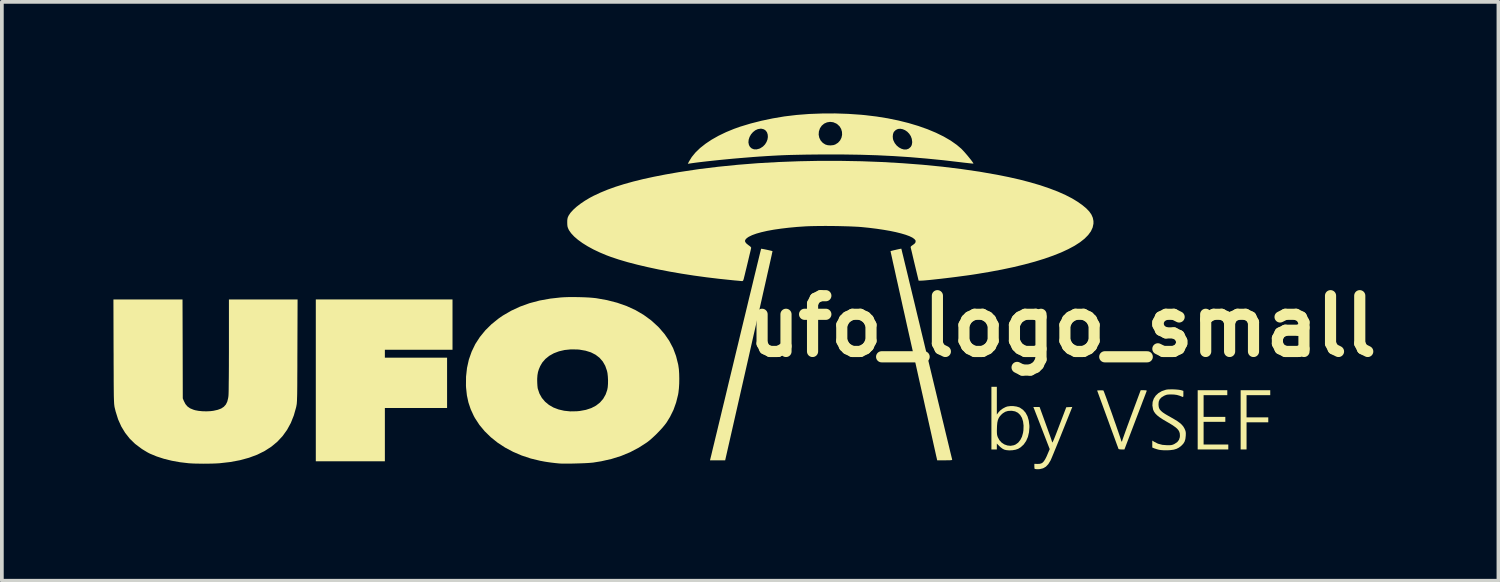
<source format=kicad_pcb>
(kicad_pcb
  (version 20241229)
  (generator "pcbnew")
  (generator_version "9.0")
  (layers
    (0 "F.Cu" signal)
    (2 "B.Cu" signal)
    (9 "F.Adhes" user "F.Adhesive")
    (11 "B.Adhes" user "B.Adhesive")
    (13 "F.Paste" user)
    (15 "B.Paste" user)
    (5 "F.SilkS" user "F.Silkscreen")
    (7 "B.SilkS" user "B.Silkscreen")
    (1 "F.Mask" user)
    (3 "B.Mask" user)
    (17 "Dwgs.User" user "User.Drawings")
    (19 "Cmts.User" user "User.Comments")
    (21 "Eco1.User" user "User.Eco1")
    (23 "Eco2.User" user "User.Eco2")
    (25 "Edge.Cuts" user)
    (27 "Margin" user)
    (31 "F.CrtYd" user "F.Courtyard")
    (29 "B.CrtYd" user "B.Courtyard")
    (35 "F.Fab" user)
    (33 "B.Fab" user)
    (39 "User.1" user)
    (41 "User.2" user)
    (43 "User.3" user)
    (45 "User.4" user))
  (footprint "ufo_logo_small"
    (layer "F.Cu")
    (at 15.514 4.723)
    (property "Reference" "ufo_logo_small" (at 10 1 0) (layer "F.SilkS") (effects (font (size 1.5 1.5) (thickness 0.3))))
    (attr board_only exclude_from_pos_files exclude_from_bom)
    (fp_poly (pts (xy -6.396 0.955) (xy -6.396 1.632) (xy -7.305 1.632) (xy -8.215 1.632) (xy -8.215 1.738) (xy -8.215 1.845) (xy -7.378 1.845) (xy -6.542 1.845) (xy -6.542 2.521) (xy -6.542 3.198) (xy -7.378 3.198) (xy -8.215 3.198) (xy -8.215 3.915) (xy -8.215 4.631) (xy -9.143 4.631) (xy -10.072 4.631) (xy -10.072 2.455) (xy -10.072 0.279) (xy -8.234 0.279) (xy -6.396 0.279)) (stroke (width 0) (type solid)) (fill yes) (layer "F.SilkS"))
    (fp_poly (pts (xy 15.593 2.787) (xy 15.593 2.853) (xy 15.275 2.853) (xy 14.956 2.853) (xy 14.956 3.152) (xy 14.956 3.45) (xy 15.248 3.45) (xy 15.54 3.45) (xy 15.54 3.517) (xy 15.54 3.583) (xy 15.248 3.583) (xy 14.956 3.583) (xy 14.956 3.948) (xy 14.956 4.313) (xy 14.876 4.313) (xy 14.797 4.313) (xy 14.797 3.517) (xy 14.797 2.72) (xy 15.195 2.72) (xy 15.593 2.72)) (stroke (width 0) (type solid)) (fill yes) (layer "F.SilkS"))
    (fp_poly (pts (xy 14.438 2.787) (xy 14.438 2.853) (xy 14.12 2.853) (xy 13.801 2.853) (xy 13.801 3.145) (xy 13.801 3.437) (xy 14.093 3.437) (xy 14.385 3.437) (xy 14.385 3.503) (xy 14.385 3.57) (xy 14.093 3.57) (xy 13.801 3.57) (xy 13.801 3.875) (xy 13.801 4.18) (xy 14.133 4.18) (xy 14.465 4.18) (xy 14.465 4.247) (xy 14.465 4.313) (xy 14.054 4.313) (xy 13.642 4.313) (xy 13.642 3.517) (xy 13.642 2.72) (xy 14.04 2.72) (xy 14.438 2.72)) (stroke (width 0) (type solid)) (fill yes) (layer "F.SilkS"))
    (fp_poly (pts (xy 9.994 3.858) (xy 9.942 3.988) (xy 9.891 4.113) (xy 9.844 4.229) (xy 9.8 4.336) (xy 9.762 4.429) (xy 9.73 4.506) (xy 9.705 4.565) (xy 9.688 4.604) (xy 9.682 4.615) (xy 9.625 4.708) (xy 9.56 4.776) (xy 9.484 4.82) (xy 9.398 4.841) (xy 9.354 4.844) (xy 9.308 4.843) (xy 9.274 4.839) (xy 9.258 4.835) (xy 9.253 4.817) (xy 9.25 4.783) (xy 9.25 4.763) (xy 9.25 4.7) (xy 9.335 4.702) (xy 9.389 4.7) (xy 9.434 4.689) (xy 9.472 4.667) (xy 9.507 4.629) (xy 9.542 4.574) (xy 9.58 4.499) (xy 9.607 4.435) (xy 9.663 4.304) (xy 9.47 3.806) (xy 9.427 3.694) (xy 9.386 3.588) (xy 9.348 3.49) (xy 9.314 3.403) (xy 9.286 3.332) (xy 9.265 3.277) (xy 9.252 3.244) (xy 9.25 3.239) (xy 9.223 3.172) (xy 9.307 3.172) (xy 9.391 3.172) (xy 9.559 3.635) (xy 9.597 3.74) (xy 9.632 3.838) (xy 9.664 3.925) (xy 9.69 3.999) (xy 9.71 4.057) (xy 9.722 4.095) (xy 9.727 4.112) (xy 9.727 4.112) (xy 9.729 4.125) (xy 9.734 4.124) (xy 9.744 4.109) (xy 9.759 4.079) (xy 9.78 4.031) (xy 9.807 3.964) (xy 9.841 3.877) (xy 9.883 3.768) (xy 9.927 3.652) (xy 10.108 3.178) (xy 10.189 3.174) (xy 10.27 3.17)) (stroke (width 0) (type solid)) (fill yes) (layer "F.SilkS"))
    (fp_poly (pts (xy 1.916 -1.083) (xy 1.949 -1.078) (xy 1.996 -1.069) (xy 2.049 -1.058) (xy 2.104 -1.046) (xy 2.152 -1.035) (xy 2.189 -1.026) (xy 2.208 -1.02) (xy 2.209 -1.02) (xy 2.206 -1.006) (xy 2.198 -0.969) (xy 2.185 -0.907) (xy 2.166 -0.823) (xy 2.143 -0.719) (xy 2.115 -0.594) (xy 2.082 -0.45) (xy 2.046 -0.289) (xy 2.006 -0.111) (xy 1.962 0.082) (xy 1.916 0.289) (xy 1.866 0.51) (xy 1.813 0.741) (xy 1.759 0.984) (xy 1.701 1.236) (xy 1.642 1.496) (xy 1.582 1.763) (xy 1.575 1.795) (xy 0.936 4.605) (xy 0.732 4.605) (xy 0.528 4.605) (xy 0.537 4.568) (xy 0.541 4.552) (xy 0.551 4.511) (xy 0.567 4.447) (xy 0.587 4.361) (xy 0.613 4.253) (xy 0.644 4.126) (xy 0.679 3.98) (xy 0.719 3.816) (xy 0.762 3.636) (xy 0.809 3.442) (xy 0.859 3.233) (xy 0.913 3.012) (xy 0.969 2.779) (xy 1.027 2.535) (xy 1.088 2.283) (xy 1.151 2.023) (xy 1.215 1.756) (xy 1.222 1.726) (xy 1.287 1.459) (xy 1.349 1.199) (xy 1.41 0.946) (xy 1.469 0.703) (xy 1.525 0.471) (xy 1.578 0.249) (xy 1.629 0.041) (xy 1.676 -0.153) (xy 1.719 -0.333) (xy 1.759 -0.496) (xy 1.794 -0.642) (xy 1.825 -0.769) (xy 1.851 -0.876) (xy 1.872 -0.962) (xy 1.888 -1.026) (xy 1.898 -1.067) (xy 1.902 -1.084) (xy 1.902 -1.084)) (stroke (width 0) (type solid)) (fill yes) (layer "F.SilkS"))
    (fp_poly (pts (xy 12.242 2.722) (xy 12.267 2.727) (xy 12.272 2.736) (xy 12.272 2.737) (xy 12.266 2.752) (xy 12.252 2.79) (xy 12.23 2.848) (xy 12.201 2.924) (xy 12.165 3.017) (xy 12.125 3.124) (xy 12.08 3.242) (xy 12.031 3.371) (xy 11.979 3.507) (xy 11.969 3.533) (xy 11.672 4.313) (xy 11.595 4.313) (xy 11.544 4.31) (xy 11.516 4.302) (xy 11.512 4.296) (xy 11.506 4.281) (xy 11.493 4.243) (xy 11.471 4.185) (xy 11.443 4.108) (xy 11.409 4.015) (xy 11.37 3.908) (xy 11.326 3.789) (xy 11.279 3.66) (xy 11.23 3.524) (xy 11.222 3.503) (xy 10.938 2.727) (xy 11.018 2.723) (xy 11.062 2.723) (xy 11.096 2.725) (xy 11.109 2.73) (xy 11.115 2.745) (xy 11.13 2.782) (xy 11.151 2.838) (xy 11.178 2.911) (xy 11.209 2.997) (xy 11.244 3.095) (xy 11.282 3.2) (xy 11.322 3.311) (xy 11.362 3.424) (xy 11.401 3.537) (xy 11.44 3.646) (xy 11.475 3.749) (xy 11.508 3.843) (xy 11.536 3.925) (xy 11.559 3.992) (xy 11.575 4.041) (xy 11.584 4.071) (xy 11.585 4.077) (xy 11.591 4.097) (xy 11.599 4.101) (xy 11.61 4.09) (xy 11.612 4.08) (xy 11.616 4.064) (xy 11.629 4.026) (xy 11.65 3.967) (xy 11.677 3.891) (xy 11.71 3.799) (xy 11.748 3.694) (xy 11.791 3.578) (xy 11.836 3.454) (xy 11.86 3.39) (xy 12.109 2.72) (xy 12.193 2.72)) (stroke (width 0) (type solid)) (fill yes) (layer "F.SilkS"))
    (fp_poly (pts (xy 8.241 3.001) (xy 8.241 3.375) (xy 8.281 3.32) (xy 8.333 3.264) (xy 8.401 3.213) (xy 8.475 3.174) (xy 8.523 3.157) (xy 8.601 3.147) (xy 8.686 3.147) (xy 8.771 3.159) (xy 8.843 3.181) (xy 8.859 3.188) (xy 8.945 3.247) (xy 9.014 3.325) (xy 9.066 3.422) (xy 9.1 3.537) (xy 9.116 3.667) (xy 9.117 3.714) (xy 9.106 3.851) (xy 9.077 3.975) (xy 9.029 4.085) (xy 8.964 4.179) (xy 8.884 4.253) (xy 8.814 4.296) (xy 8.744 4.32) (xy 8.661 4.334) (xy 8.573 4.338) (xy 8.491 4.33) (xy 8.44 4.317) (xy 8.394 4.293) (xy 8.342 4.254) (xy 8.311 4.225) (xy 8.241 4.155) (xy 8.241 4.234) (xy 8.241 4.313) (xy 8.168 4.313) (xy 8.095 4.313) (xy 8.095 3.811) (xy 8.242 3.811) (xy 8.243 3.866) (xy 8.246 3.907) (xy 8.253 3.942) (xy 8.264 3.976) (xy 8.266 3.982) (xy 8.31 4.063) (xy 8.37 4.129) (xy 8.443 4.177) (xy 8.525 4.206) (xy 8.61 4.215) (xy 8.696 4.2) (xy 8.745 4.18) (xy 8.814 4.131) (xy 8.872 4.059) (xy 8.917 3.97) (xy 8.946 3.865) (xy 8.956 3.797) (xy 8.96 3.671) (xy 8.946 3.559) (xy 8.916 3.463) (xy 8.869 3.386) (xy 8.808 3.327) (xy 8.732 3.289) (xy 8.643 3.273) (xy 8.626 3.273) (xy 8.54 3.278) (xy 8.47 3.299) (xy 8.406 3.338) (xy 8.373 3.366) (xy 8.326 3.415) (xy 8.293 3.465) (xy 8.269 3.522) (xy 8.254 3.591) (xy 8.246 3.678) (xy 8.244 3.736) (xy 8.242 3.811) (xy 8.095 3.811) (xy 8.095 3.47) (xy 8.095 2.628) (xy 8.168 2.628) (xy 8.241 2.628)) (stroke (width 0) (type solid)) (fill yes) (layer "F.SilkS"))
    (fp_poly (pts (xy 5.673 -1.085) (xy 5.676 -1.072) (xy 5.686 -1.035) (xy 5.7 -0.973) (xy 5.721 -0.89) (xy 5.746 -0.785) (xy 5.776 -0.661) (xy 5.811 -0.517) (xy 5.85 -0.356) (xy 5.892 -0.179) (xy 5.939 0.014) (xy 5.989 0.221) (xy 6.042 0.44) (xy 6.097 0.672) (xy 6.156 0.914) (xy 6.216 1.166) (xy 6.279 1.426) (xy 6.343 1.693) (xy 6.356 1.745) (xy 6.42 2.013) (xy 6.483 2.275) (xy 6.544 2.529) (xy 6.603 2.773) (xy 6.659 3.008) (xy 6.713 3.23) (xy 6.763 3.441) (xy 6.811 3.637) (xy 6.854 3.818) (xy 6.894 3.983) (xy 6.93 4.131) (xy 6.961 4.26) (xy 6.987 4.37) (xy 7.009 4.459) (xy 7.025 4.525) (xy 7.036 4.569) (xy 7.04 4.588) (xy 7.04 4.588) (xy 7.037 4.595) (xy 7.018 4.6) (xy 6.982 4.603) (xy 6.925 4.604) (xy 6.844 4.605) (xy 6.842 4.605) (xy 6.637 4.605) (xy 6.622 4.535) (xy 6.617 4.516) (xy 6.607 4.471) (xy 6.592 4.404) (xy 6.572 4.314) (xy 6.547 4.203) (xy 6.518 4.072) (xy 6.485 3.923) (xy 6.448 3.757) (xy 6.407 3.575) (xy 6.363 3.377) (xy 6.315 3.167) (xy 6.266 2.944) (xy 6.213 2.709) (xy 6.158 2.465) (xy 6.102 2.212) (xy 6.044 1.952) (xy 5.993 1.725) (xy 5.934 1.461) (xy 5.876 1.203) (xy 5.82 0.954) (xy 5.767 0.713) (xy 5.715 0.484) (xy 5.667 0.266) (xy 5.621 0.061) (xy 5.579 -0.13) (xy 5.539 -0.306) (xy 5.504 -0.466) (xy 5.473 -0.607) (xy 5.445 -0.73) (xy 5.423 -0.833) (xy 5.405 -0.914) (xy 5.392 -0.973) (xy 5.385 -1.009) (xy 5.382 -1.02) (xy 5.396 -1.024) (xy 5.429 -1.033) (xy 5.474 -1.044) (xy 5.527 -1.056) (xy 5.579 -1.068) (xy 5.625 -1.078) (xy 5.658 -1.084) (xy 5.673 -1.086)) (stroke (width 0) (type solid)) (fill yes) (layer "F.SilkS"))
    (fp_poly (pts (xy 12.987 2.697) (xy 13.064 2.701) (xy 13.134 2.708) (xy 13.189 2.717) (xy 13.208 2.722) (xy 13.257 2.738) (xy 13.257 2.824) (xy 13.257 2.87) (xy 13.253 2.894) (xy 13.246 2.902) (xy 13.234 2.899) (xy 13.153 2.867) (xy 13.083 2.847) (xy 13.011 2.837) (xy 12.939 2.834) (xy 12.876 2.835) (xy 12.831 2.838) (xy 12.795 2.846) (xy 12.758 2.861) (xy 12.736 2.871) (xy 12.666 2.915) (xy 12.619 2.966) (xy 12.594 3.03) (xy 12.588 3.1) (xy 12.592 3.152) (xy 12.602 3.197) (xy 12.623 3.238) (xy 12.657 3.277) (xy 12.705 3.318) (xy 12.771 3.362) (xy 12.858 3.413) (xy 12.912 3.443) (xy 13.016 3.503) (xy 13.099 3.554) (xy 13.164 3.602) (xy 13.214 3.647) (xy 13.253 3.693) (xy 13.283 3.743) (xy 13.294 3.766) (xy 13.311 3.807) (xy 13.32 3.843) (xy 13.323 3.885) (xy 13.321 3.943) (xy 13.321 3.946) (xy 13.311 4.033) (xy 13.289 4.103) (xy 13.252 4.162) (xy 13.197 4.218) (xy 13.136 4.264) (xy 13.071 4.297) (xy 12.996 4.319) (xy 12.904 4.331) (xy 12.833 4.335) (xy 12.734 4.335) (xy 12.651 4.329) (xy 12.6 4.321) (xy 12.547 4.307) (xy 12.497 4.291) (xy 12.471 4.282) (xy 12.421 4.261) (xy 12.421 4.167) (xy 12.421 4.074) (xy 12.471 4.106) (xy 12.574 4.158) (xy 12.693 4.189) (xy 12.821 4.199) (xy 12.883 4.199) (xy 12.927 4.196) (xy 12.962 4.188) (xy 12.996 4.175) (xy 13.025 4.16) (xy 13.094 4.113) (xy 13.139 4.054) (xy 13.162 3.981) (xy 13.164 3.939) (xy 13.161 3.886) (xy 13.148 3.839) (xy 13.124 3.795) (xy 13.086 3.751) (xy 13.031 3.706) (xy 12.959 3.656) (xy 12.865 3.599) (xy 12.813 3.569) (xy 12.704 3.505) (xy 12.618 3.448) (xy 12.551 3.395) (xy 12.501 3.344) (xy 12.466 3.293) (xy 12.443 3.24) (xy 12.441 3.231) (xy 12.424 3.13) (xy 12.431 3.033) (xy 12.462 2.944) (xy 12.515 2.864) (xy 12.587 2.797) (xy 12.678 2.744) (xy 12.785 2.708) (xy 12.796 2.705) (xy 12.845 2.699) (xy 12.912 2.697)) (stroke (width 0) (type solid)) (fill yes) (layer "F.SilkS"))
    (fp_poly (pts (xy -13.652 1.609) (xy -13.649 2.939) (xy -13.62 3.01) (xy -13.577 3.093) (xy -13.523 3.157) (xy -13.452 3.207) (xy -13.362 3.244) (xy -13.316 3.258) (xy -13.227 3.275) (xy -13.123 3.285) (xy -13.012 3.288) (xy -12.905 3.283) (xy -12.825 3.273) (xy -12.709 3.247) (xy -12.616 3.212) (xy -12.545 3.165) (xy -12.491 3.105) (xy -12.453 3.028) (xy -12.429 2.932) (xy -12.421 2.876) (xy -12.419 2.846) (xy -12.417 2.792) (xy -12.415 2.716) (xy -12.414 2.619) (xy -12.413 2.503) (xy -12.411 2.371) (xy -12.41 2.224) (xy -12.409 2.065) (xy -12.409 1.894) (xy -12.408 1.716) (xy -12.408 1.53) (xy -12.408 1.523) (xy -12.408 0.279) (xy -11.485 0.279) (xy -10.562 0.279) (xy -10.567 1.662) (xy -10.568 1.884) (xy -10.568 2.081) (xy -10.569 2.254) (xy -10.57 2.406) (xy -10.57 2.538) (xy -10.571 2.652) (xy -10.572 2.749) (xy -10.573 2.831) (xy -10.575 2.899) (xy -10.577 2.956) (xy -10.578 3.003) (xy -10.581 3.041) (xy -10.583 3.073) (xy -10.586 3.099) (xy -10.59 3.122) (xy -10.594 3.143) (xy -10.598 3.164) (xy -10.601 3.178) (xy -10.663 3.398) (xy -10.744 3.601) (xy -10.845 3.786) (xy -10.966 3.954) (xy -11.106 4.104) (xy -11.267 4.238) (xy -11.447 4.354) (xy -11.648 4.454) (xy -11.869 4.536) (xy -12.111 4.602) (xy -12.373 4.651) (xy -12.655 4.683) (xy -12.665 4.684) (xy -12.753 4.689) (xy -12.86 4.693) (xy -12.978 4.695) (xy -13.102 4.696) (xy -13.224 4.694) (xy -13.338 4.692) (xy -13.437 4.687) (xy -13.496 4.683) (xy -13.725 4.656) (xy -13.946 4.616) (xy -14.156 4.564) (xy -14.35 4.501) (xy -14.524 4.429) (xy -14.559 4.412) (xy -14.609 4.385) (xy -14.67 4.348) (xy -14.734 4.309) (xy -14.765 4.288) (xy -14.93 4.164) (xy -15.074 4.024) (xy -15.198 3.867) (xy -15.303 3.694) (xy -15.388 3.504) (xy -15.454 3.294) (xy -15.477 3.2) (xy -15.482 3.179) (xy -15.486 3.158) (xy -15.489 3.135) (xy -15.492 3.11) (xy -15.495 3.08) (xy -15.497 3.043) (xy -15.499 2.998) (xy -15.501 2.943) (xy -15.503 2.877) (xy -15.504 2.799) (xy -15.505 2.705) (xy -15.506 2.595) (xy -15.507 2.468) (xy -15.507 2.321) (xy -15.508 2.152) (xy -15.509 1.961) (xy -15.509 1.746) (xy -15.51 1.675) (xy -15.514 0.279) (xy -14.585 0.279) (xy -13.656 0.279)) (stroke (width 0) (type solid)) (fill yes) (layer "F.SilkS"))
    (fp_poly (pts (xy -2.992 0.217) (xy -2.858 0.221) (xy -2.732 0.227) (xy -2.62 0.236) (xy -2.535 0.245) (xy -2.243 0.297) (xy -1.97 0.367) (xy -1.715 0.456) (xy -1.477 0.565) (xy -1.258 0.693) (xy -1.055 0.841) (xy -0.87 1.009) (xy -0.842 1.038) (xy -0.692 1.212) (xy -0.566 1.396) (xy -0.463 1.592) (xy -0.385 1.801) (xy -0.329 2.023) (xy -0.324 2.05) (xy -0.309 2.155) (xy -0.301 2.277) (xy -0.298 2.409) (xy -0.3 2.543) (xy -0.308 2.671) (xy -0.321 2.785) (xy -0.33 2.838) (xy -0.383 3.051) (xy -0.454 3.249) (xy -0.547 3.437) (xy -0.641 3.59) (xy -0.694 3.66) (xy -0.763 3.742) (xy -0.844 3.829) (xy -0.929 3.916) (xy -1.016 3.997) (xy -1.098 4.069) (xy -1.168 4.123) (xy -1.388 4.265) (xy -1.62 4.387) (xy -1.864 4.488) (xy -2.123 4.569) (xy -2.398 4.631) (xy -2.616 4.666) (xy -2.672 4.671) (xy -2.748 4.677) (xy -2.84 4.682) (xy -2.942 4.686) (xy -3.05 4.689) (xy -3.158 4.692) (xy -3.262 4.694) (xy -3.357 4.694) (xy -3.438 4.694) (xy -3.5 4.691) (xy -3.523 4.69) (xy -3.642 4.678) (xy -3.742 4.666) (xy -3.83 4.654) (xy -3.913 4.641) (xy -3.998 4.625) (xy -4.037 4.618) (xy -4.293 4.556) (xy -4.537 4.475) (xy -4.768 4.376) (xy -4.984 4.261) (xy -5.185 4.129) (xy -5.367 3.983) (xy -5.53 3.824) (xy -5.673 3.652) (xy -5.793 3.468) (xy -5.825 3.409) (xy -5.907 3.231) (xy -5.968 3.049) (xy -6.009 2.859) (xy -6.031 2.654) (xy -6.034 2.6) (xy -6.033 2.462) (xy -4.119 2.462) (xy -4.117 2.531) (xy -4.113 2.598) (xy -4.107 2.655) (xy -4.102 2.681) (xy -4.058 2.811) (xy -3.993 2.927) (xy -3.907 3.029) (xy -3.803 3.115) (xy -3.682 3.185) (xy -3.545 3.237) (xy -3.394 3.272) (xy -3.23 3.289) (xy -3.055 3.286) (xy -2.972 3.278) (xy -2.809 3.248) (xy -2.663 3.2) (xy -2.537 3.134) (xy -2.431 3.051) (xy -2.344 2.951) (xy -2.278 2.835) (xy -2.236 2.714) (xy -2.222 2.641) (xy -2.215 2.55) (xy -2.214 2.451) (xy -2.219 2.351) (xy -2.229 2.259) (xy -2.242 2.199) (xy -2.289 2.064) (xy -2.356 1.947) (xy -2.443 1.847) (xy -2.549 1.766) (xy -2.674 1.702) (xy -2.819 1.657) (xy -2.982 1.629) (xy -3.043 1.624) (xy -3.217 1.622) (xy -3.382 1.639) (xy -3.533 1.674) (xy -3.671 1.726) (xy -3.794 1.795) (xy -3.898 1.879) (xy -3.983 1.977) (xy -4.038 2.072) (xy -4.074 2.156) (xy -4.098 2.234) (xy -4.112 2.316) (xy -4.119 2.411) (xy -4.119 2.462) (xy -6.033 2.462) (xy -6.032 2.355) (xy -6.006 2.12) (xy -5.956 1.895) (xy -5.881 1.682) (xy -5.783 1.479) (xy -5.66 1.289) (xy -5.514 1.11) (xy -5.345 0.943) (xy -5.153 0.789) (xy -5.043 0.713) (xy -4.819 0.583) (xy -4.58 0.472) (xy -4.325 0.38) (xy -4.053 0.308) (xy -3.763 0.256) (xy -3.482 0.225) (xy -3.379 0.219) (xy -3.259 0.215) (xy -3.128 0.215)) (stroke (width 0) (type solid)) (fill yes) (layer "F.SilkS"))
    (fp_poly (pts (xy 4.246 -4.711) (xy 4.593 -4.687) (xy 4.698 -4.677) (xy 5.005 -4.64) (xy 5.304 -4.592) (xy 5.592 -4.533) (xy 5.868 -4.464) (xy 6.129 -4.386) (xy 6.375 -4.299) (xy 6.603 -4.204) (xy 6.811 -4.102) (xy 6.999 -3.993) (xy 7.164 -3.877) (xy 7.286 -3.773) (xy 7.321 -3.737) (xy 7.364 -3.691) (xy 7.411 -3.637) (xy 7.459 -3.581) (xy 7.505 -3.524) (xy 7.547 -3.472) (xy 7.58 -3.427) (xy 7.603 -3.394) (xy 7.612 -3.375) (xy 7.611 -3.373) (xy 7.597 -3.374) (xy 7.561 -3.377) (xy 7.505 -3.383) (xy 7.434 -3.391) (xy 7.35 -3.4) (xy 7.277 -3.409) (xy 6.808 -3.464) (xy 6.354 -3.509) (xy 5.909 -3.547) (xy 5.467 -3.576) (xy 5.023 -3.598) (xy 4.571 -3.612) (xy 4.106 -3.619) (xy 3.623 -3.62) (xy 3.477 -3.619) (xy 3.281 -3.617) (xy 3.108 -3.615) (xy 2.954 -3.612) (xy 2.814 -3.609) (xy 2.684 -3.606) (xy 2.561 -3.602) (xy 2.44 -3.597) (xy 2.318 -3.591) (xy 2.19 -3.584) (xy 2.053 -3.576) (xy 1.902 -3.566) (xy 1.851 -3.563) (xy 1.689 -3.551) (xy 1.515 -3.537) (xy 1.333 -3.522) (xy 1.146 -3.506) (xy 0.959 -3.488) (xy 0.774 -3.47) (xy 0.596 -3.451) (xy 0.428 -3.433) (xy 0.274 -3.415) (xy 0.137 -3.398) (xy 0.022 -3.382) (xy -0.018 -3.376) (xy -0.068 -3.368) (xy -0.039 -3.426) (xy 0.037 -3.55) (xy 0.137 -3.672) (xy 0.261 -3.792) (xy 0.407 -3.907) (xy 0.463 -3.945) (xy 1.561 -3.945) (xy 1.575 -3.875) (xy 1.603 -3.823) (xy 1.65 -3.781) (xy 1.71 -3.758) (xy 1.78 -3.756) (xy 1.854 -3.775) (xy 1.883 -3.788) (xy 1.952 -3.833) (xy 2.007 -3.889) (xy 2.047 -3.953) (xy 2.073 -4.02) (xy 2.084 -4.088) (xy 2.08 -4.152) (xy 3.45 -4.152) (xy 3.467 -4.069) (xy 3.504 -3.994) (xy 3.561 -3.931) (xy 3.63 -3.887) (xy 3.694 -3.868) (xy 3.77 -3.863) (xy 3.845 -3.871) (xy 3.895 -3.887) (xy 3.97 -3.934) (xy 4.026 -3.996) (xy 4.063 -4.069) (xy 4.07 -4.102) (xy 5.442 -4.102) (xy 5.448 -4.036) (xy 5.459 -3.999) (xy 5.496 -3.924) (xy 5.547 -3.86) (xy 5.608 -3.809) (xy 5.675 -3.773) (xy 5.743 -3.753) (xy 5.809 -3.753) (xy 5.868 -3.774) (xy 5.878 -3.781) (xy 5.926 -3.823) (xy 5.953 -3.872) (xy 5.964 -3.934) (xy 5.965 -3.959) (xy 5.954 -4.04) (xy 5.927 -4.113) (xy 5.885 -4.177) (xy 5.833 -4.231) (xy 5.773 -4.272) (xy 5.709 -4.299) (xy 5.644 -4.311) (xy 5.582 -4.305) (xy 5.526 -4.279) (xy 5.478 -4.233) (xy 5.467 -4.217) (xy 5.449 -4.166) (xy 5.442 -4.102) (xy 4.07 -4.102) (xy 4.08 -4.147) (xy 4.077 -4.227) (xy 4.055 -4.304) (xy 4.013 -4.375) (xy 3.95 -4.434) (xy 3.922 -4.452) (xy 3.841 -4.486) (xy 3.756 -4.496) (xy 3.674 -4.483) (xy 3.598 -4.449) (xy 3.533 -4.394) (xy 3.485 -4.324) (xy 3.456 -4.238) (xy 3.45 -4.152) (xy 2.08 -4.152) (xy 2.08 -4.153) (xy 2.062 -4.211) (xy 2.029 -4.259) (xy 1.981 -4.294) (xy 1.919 -4.311) (xy 1.891 -4.313) (xy 1.815 -4.301) (xy 1.745 -4.269) (xy 1.683 -4.22) (xy 1.631 -4.16) (xy 1.592 -4.091) (xy 1.568 -4.018) (xy 1.561 -3.945) (xy 0.463 -3.945) (xy 0.573 -4.018) (xy 0.757 -4.122) (xy 0.958 -4.219) (xy 1.174 -4.308) (xy 1.34 -4.367) (xy 1.618 -4.451) (xy 1.913 -4.526) (xy 2.218 -4.59) (xy 2.525 -4.642) (xy 2.541 -4.644) (xy 2.858 -4.682) (xy 3.193 -4.708) (xy 3.54 -4.721) (xy 3.893 -4.723)) (stroke (width 0) (type solid)) (fill yes) (layer "F.SilkS"))
    (fp_poly (pts (xy 4.044 -3.447) (xy 4.603 -3.437) (xy 5.158 -3.416) (xy 5.706 -3.384) (xy 6.245 -3.343) (xy 6.772 -3.291) (xy 7.283 -3.228) (xy 7.778 -3.156) (xy 8.252 -3.073) (xy 8.56 -3.011) (xy 8.857 -2.944) (xy 9.14 -2.87) (xy 9.406 -2.792) (xy 9.653 -2.708) (xy 9.881 -2.621) (xy 10.086 -2.53) (xy 10.268 -2.436) (xy 10.417 -2.345) (xy 10.545 -2.254) (xy 10.648 -2.168) (xy 10.728 -2.084) (xy 10.786 -2) (xy 10.822 -1.916) (xy 10.839 -1.83) (xy 10.839 -1.757) (xy 10.817 -1.654) (xy 10.77 -1.552) (xy 10.697 -1.453) (xy 10.599 -1.354) (xy 10.477 -1.258) (xy 10.331 -1.164) (xy 10.161 -1.073) (xy 9.969 -0.984) (xy 9.755 -0.899) (xy 9.519 -0.816) (xy 9.262 -0.737) (xy 8.984 -0.662) (xy 8.686 -0.59) (xy 8.369 -0.523) (xy 8.032 -0.46) (xy 7.677 -0.401) (xy 7.67 -0.4) (xy 7.553 -0.382) (xy 7.425 -0.364) (xy 7.288 -0.346) (xy 7.147 -0.327) (xy 7.004 -0.309) (xy 6.862 -0.292) (xy 6.726 -0.276) (xy 6.597 -0.262) (xy 6.479 -0.249) (xy 6.375 -0.239) (xy 6.288 -0.231) (xy 6.222 -0.227) (xy 6.186 -0.226) (xy 6.138 -0.226) (xy 6.032 -0.667) (xy 6.007 -0.772) (xy 5.984 -0.869) (xy 5.964 -0.955) (xy 5.947 -1.027) (xy 5.933 -1.082) (xy 5.925 -1.117) (xy 5.923 -1.128) (xy 5.931 -1.147) (xy 5.96 -1.171) (xy 5.971 -1.178) (xy 6.025 -1.217) (xy 6.054 -1.256) (xy 6.058 -1.296) (xy 6.054 -1.308) (xy 6.023 -1.346) (xy 5.968 -1.385) (xy 5.889 -1.423) (xy 5.788 -1.46) (xy 5.666 -1.496) (xy 5.526 -1.531) (xy 5.368 -1.564) (xy 5.194 -1.594) (xy 5.006 -1.622) (xy 4.805 -1.647) (xy 4.618 -1.666) (xy 4.52 -1.674) (xy 4.399 -1.68) (xy 4.262 -1.686) (xy 4.112 -1.69) (xy 3.954 -1.694) (xy 3.792 -1.696) (xy 3.633 -1.697) (xy 3.479 -1.696) (xy 3.336 -1.694) (xy 3.208 -1.691) (xy 3.108 -1.687) (xy 2.871 -1.671) (xy 2.647 -1.65) (xy 2.437 -1.625) (xy 2.243 -1.597) (xy 2.067 -1.565) (xy 1.91 -1.529) (xy 1.774 -1.491) (xy 1.661 -1.45) (xy 1.571 -1.406) (xy 1.544 -1.389) (xy 1.495 -1.349) (xy 1.471 -1.311) (xy 1.472 -1.273) (xy 1.499 -1.233) (xy 1.551 -1.189) (xy 1.566 -1.178) (xy 1.611 -1.145) (xy 1.632 -1.119) (xy 1.635 -1.106) (xy 1.63 -1.086) (xy 1.621 -1.045) (xy 1.607 -0.985) (xy 1.589 -0.912) (xy 1.569 -0.828) (xy 1.548 -0.738) (xy 1.526 -0.646) (xy 1.504 -0.555) (xy 1.483 -0.47) (xy 1.465 -0.394) (xy 1.449 -0.331) (xy 1.438 -0.285) (xy 1.432 -0.262) (xy 1.417 -0.226) (xy 1.398 -0.214) (xy 1.396 -0.214) (xy 1.376 -0.215) (xy 1.335 -0.219) (xy 1.275 -0.225) (xy 1.203 -0.231) (xy 1.122 -0.239) (xy 1.115 -0.24) (xy 0.77 -0.276) (xy 0.429 -0.317) (xy 0.093 -0.363) (xy -0.235 -0.414) (xy -0.554 -0.469) (xy -0.86 -0.528) (xy -1.153 -0.591) (xy -1.429 -0.656) (xy -1.686 -0.723) (xy -1.923 -0.793) (xy -2.136 -0.864) (xy -2.254 -0.908) (xy -2.435 -0.984) (xy -2.604 -1.064) (xy -2.76 -1.149) (xy -2.9 -1.236) (xy -3.023 -1.325) (xy -3.125 -1.413) (xy -3.206 -1.5) (xy -3.264 -1.583) (xy -3.272 -1.599) (xy -3.292 -1.644) (xy -3.304 -1.683) (xy -3.309 -1.727) (xy -3.311 -1.786) (xy -3.311 -1.792) (xy -3.31 -1.852) (xy -3.304 -1.896) (xy -3.294 -1.933) (xy -3.275 -1.973) (xy -3.273 -1.977) (xy -3.224 -2.05) (xy -3.153 -2.129) (xy -3.063 -2.211) (xy -2.956 -2.294) (xy -2.835 -2.376) (xy -2.704 -2.454) (xy -2.602 -2.508) (xy -2.42 -2.593) (xy -2.224 -2.674) (xy -2.013 -2.75) (xy -1.784 -2.822) (xy -1.537 -2.891) (xy -1.27 -2.957) (xy -0.981 -3.02) (xy -0.669 -3.081) (xy -0.332 -3.14) (xy -0.263 -3.151) (xy 0.234 -3.226) (xy 0.749 -3.289) (xy 1.277 -3.342) (xy 1.818 -3.385) (xy 2.367 -3.416) (xy 2.923 -3.437) (xy 3.483 -3.448)) (stroke (width 0) (type solid)) (fill yes) (layer "F.SilkS")))
  (gr_rect
    (start -3 -3)
    (end 37.243 12.566)
    (stroke (width 0.1) (type default))
    (fill no)
    (layer "Edge.Cuts")))
</source>
